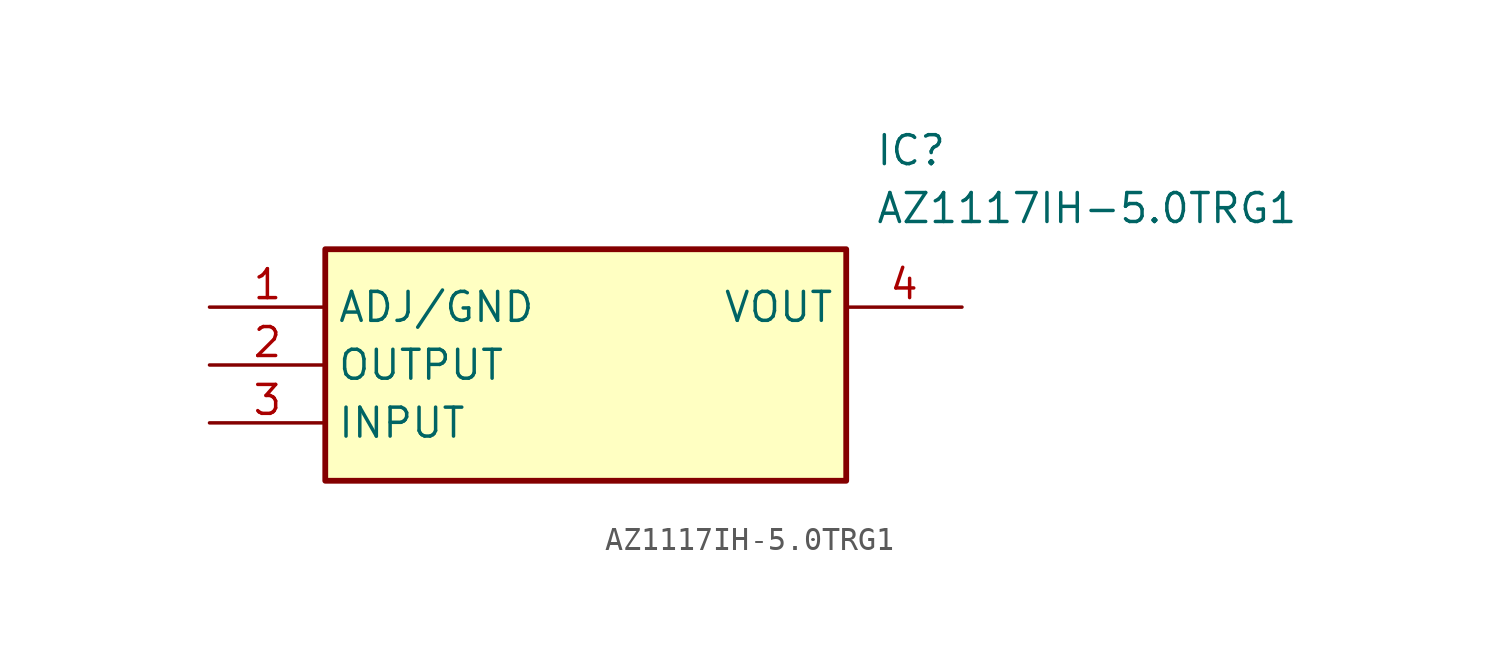
<source format=kicad_sym>
(kicad_symbol_lib
  (version 20220914)
  (generator kicad_symbol_editor)
  (symbol "AZ1117IH-5.0TRG1"
    (property "Reference" "IC"
      (at 29.21 7.62 0)
      (effects (font (size 1.27 1.27)) (justify left top)))
    (property "Value" "AZ1117IH-5.0TRG1"
      (at 29.21 5.08 0)
      (effects (font (size 1.27 1.27)) (justify left top)))
    (symbol "AZ1117IH-5.0TRG1_1_1"
      (rectangle (start 5.08 2.54) (end 27.94 -7.62) (stroke (width 0.254) (type default)) (fill (type background)))
      (pin passive line (at 0 0 0) (length 5.08) (name "ADJ/GND" (effects (font (size 1.27 1.27)))) (number "1" (effects (font (size 1.27 1.27)))))
      (pin passive line (at 0 -2.54 0) (length 5.08) (name "OUTPUT" (effects (font (size 1.27 1.27)))) (number "2" (effects (font (size 1.27 1.27)))))
      (pin passive line (at 0 -5.08 0) (length 5.08) (name "INPUT" (effects (font (size 1.27 1.27)))) (number "3" (effects (font (size 1.27 1.27)))))
      (pin passive line (at 33.02 0 180) (length 5.08) (name "VOUT" (effects (font (size 1.27 1.27)))) (number "4" (effects (font (size 1.27 1.27))))))))
</source>
